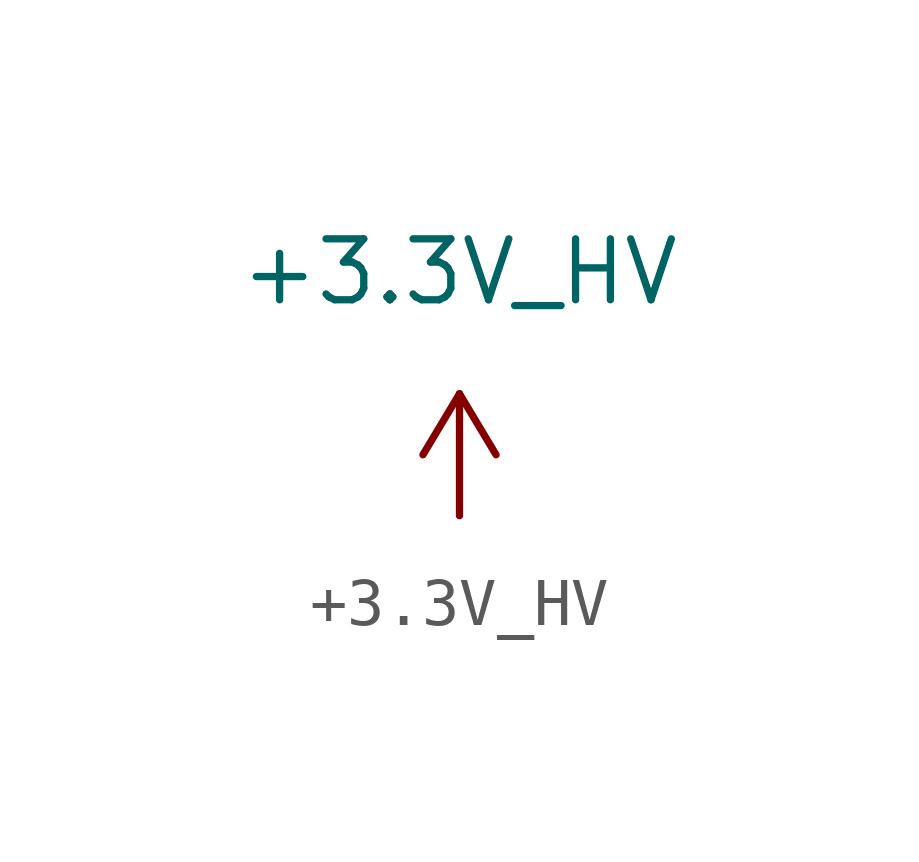
<source format=kicad_sym>
(kicad_symbol_lib
  (version 20211014)
  (generator kicad_symbol_editor)
  (symbol "+3.3V_HV"
    (power)
    (pin_numbers hide)
    (pin_names
      (offset 0))
    (property "Reference" "#PWR"
      (at 1.27 0 90)
      (effects (font (size 1.27 1.27)) hide))
    (property "Value" "+3.3V_HV"
      (at 0 5.08 0)
      (effects (font (size 1.27 1.27))))
    (symbol "+3.3V_HV_1_1"
      (polyline (pts (xy -0.762 1.27) (xy 0 2.54)) (stroke (width 0) (type default) (color 0 0 0 0)) (fill (type none)))
      (polyline (pts (xy 0 0) (xy 0 2.54)) (stroke (width 0) (type default) (color 0 0 0 0)) (fill (type none)))
      (polyline (pts (xy 0 2.54) (xy 0.762 1.27)) (stroke (width 0) (type default) (color 0 0 0 0)) (fill (type none)))
      (pin power_in line (at 0 0 90) (length 0) hide (name "+3.3V_HV" (effects (font (size 1.27 1.27)))) (number "1" (effects (font (size 1.27 1.27))))))))
</source>
